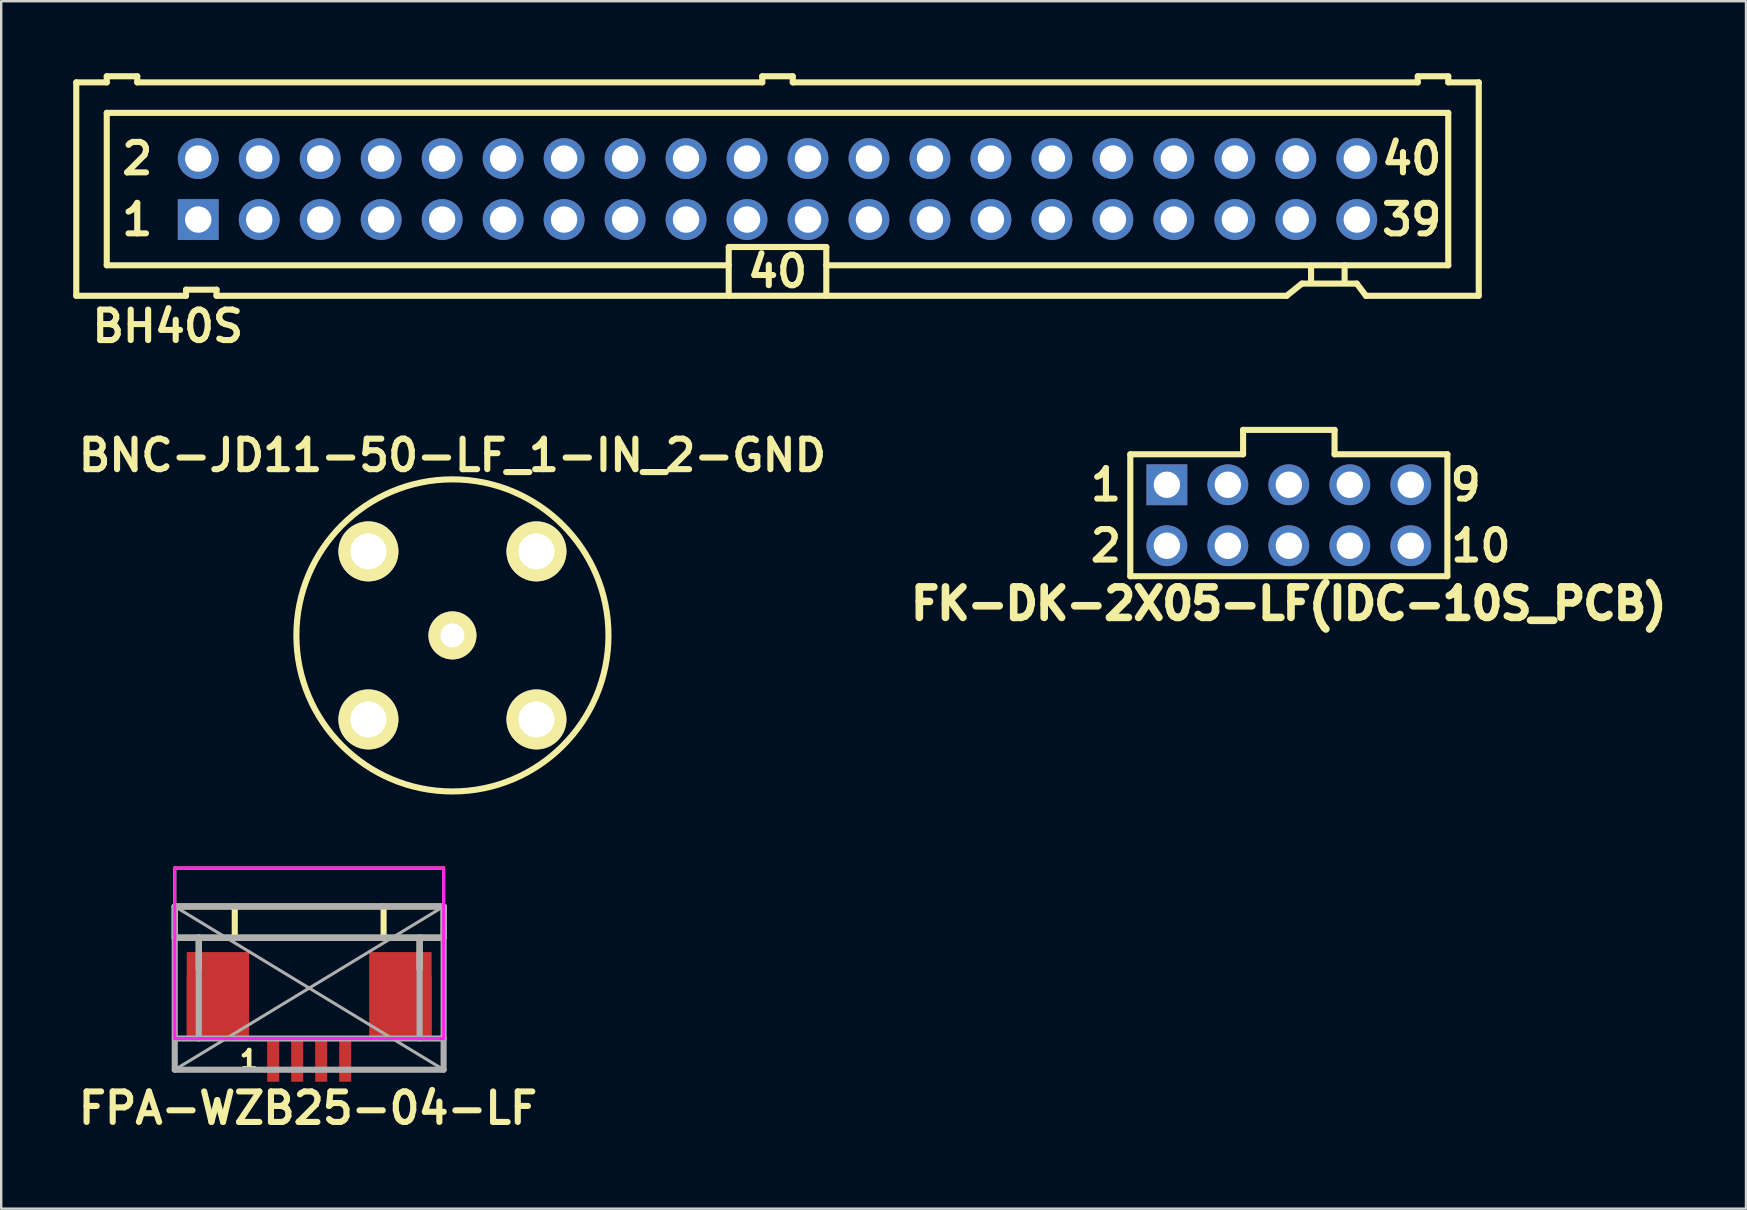
<source format=kicad_pcb>
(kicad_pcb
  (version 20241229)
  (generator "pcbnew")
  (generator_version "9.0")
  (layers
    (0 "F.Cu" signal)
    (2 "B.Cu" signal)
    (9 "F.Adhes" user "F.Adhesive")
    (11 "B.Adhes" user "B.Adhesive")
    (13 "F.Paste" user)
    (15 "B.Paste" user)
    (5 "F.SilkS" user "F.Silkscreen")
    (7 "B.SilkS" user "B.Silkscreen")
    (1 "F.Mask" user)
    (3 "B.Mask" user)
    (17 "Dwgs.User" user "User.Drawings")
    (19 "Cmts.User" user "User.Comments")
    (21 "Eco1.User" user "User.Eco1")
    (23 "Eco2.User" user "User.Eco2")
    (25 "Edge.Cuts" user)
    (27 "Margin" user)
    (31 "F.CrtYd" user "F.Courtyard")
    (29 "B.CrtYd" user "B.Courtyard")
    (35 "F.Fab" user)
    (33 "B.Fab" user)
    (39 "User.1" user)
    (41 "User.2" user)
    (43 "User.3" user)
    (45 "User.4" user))
  (footprint "FK-DK-2X05-LF(IDC-10S_PCB)"
    (layer "F.Cu")
    (at 50.636 18.413)
    (property "Reference" "FK-DK-2X05-LF(IDC-10S_PCB)" (at 0 3.683 0) (layer "F.SilkS") (effects (font (size 1.27 1.27) (thickness 0.318))))
    (attr smd)
    (fp_line (start -6.604 -2.54) (end -6.604 2.54) (stroke (width 0.254) (type solid)) (layer "F.SilkS"))
    (fp_line (start -6.604 -2.54) (end -1.905 -2.54) (stroke (width 0.254) (type solid)) (layer "F.SilkS"))
    (fp_line (start -6.604 2.54) (end 6.604 2.54) (stroke (width 0.254) (type solid)) (layer "F.SilkS"))
    (fp_line (start -1.905 -3.556) (end 1.905 -3.556) (stroke (width 0.254) (type solid)) (layer "F.SilkS"))
    (fp_line (start -1.905 -2.54) (end -1.905 -3.556) (stroke (width 0.254) (type solid)) (layer "F.SilkS"))
    (fp_line (start 1.905 -3.556) (end 1.905 -2.54) (stroke (width 0.254) (type solid)) (layer "F.SilkS"))
    (fp_line (start 1.905 -2.54) (end 6.604 -2.54) (stroke (width 0.254) (type solid)) (layer "F.SilkS"))
    (fp_line (start 6.604 -2.54) (end 6.604 2.54) (stroke (width 0.254) (type solid)) (layer "F.SilkS"))
    (fp_text user "9" (at 7.366 -1.27 0) (layer "F.SilkS") (effects (font (size 1.27 1.27) (thickness 0.254))))
    (fp_text user "10" (at 8.001 1.27 0) (layer "F.SilkS") (effects (font (size 1.27 1.27) (thickness 0.254))))
    (fp_text user "2" (at -7.62 1.27 0) (layer "F.SilkS") (effects (font (size 1.27 1.27) (thickness 0.254))))
    (fp_text user "1" (at -7.62 -1.27 0) (layer "F.SilkS") (effects (font (size 1.27 1.27) (thickness 0.254))))
    (pad "1" thru_hole rect (at -5.08 -1.27) (size 1.7 1.7) (drill 1.1) (layers "*.Cu" "*.Mask"))
    (pad "2" thru_hole circle (at -5.08 1.27) (size 1.7 1.7) (drill 1.1) (layers "*.Cu" "*.Mask"))
    (pad "3" thru_hole circle (at -2.54 -1.27) (size 1.7 1.7) (drill 1.1) (layers "*.Cu" "*.Mask"))
    (pad "4" thru_hole circle (at -2.54 1.27) (size 1.7 1.7) (drill 1.1) (layers "*.Cu" "*.Mask"))
    (pad "5" thru_hole circle (at 0 -1.27) (size 1.7 1.7) (drill 1.1) (layers "*.Cu" "*.Mask"))
    (pad "6" thru_hole circle (at 0 1.27) (size 1.7 1.7) (drill 1.1) (layers "*.Cu" "*.Mask"))
    (pad "7" thru_hole circle (at 2.54 -1.27) (size 1.7 1.7) (drill 1.1) (layers "*.Cu" "*.Mask"))
    (pad "8" thru_hole circle (at 2.54 1.27) (size 1.7 1.7) (drill 1.1) (layers "*.Cu" "*.Mask"))
    (pad "9" thru_hole circle (at 5.08 -1.27) (size 1.7 1.7) (drill 1.1) (layers "*.Cu" "*.Mask"))
    (pad "10" thru_hole circle (at 5.08 1.27) (size 1.7 1.7) (drill 1.1) (layers "*.Cu" "*.Mask")))
  (footprint "BNC-JD11-50-LF_1-IN_2-GND"
    (layer "F.Cu")
    (at 15.796 23.418)
    (property "Reference" "BNC-JD11-50-LF_1-IN_2-GND" (at 0 -7.5 0) (layer "F.SilkS") (effects (font (size 1.27 1.27) (thickness 0.254))))
    (attr smd)
    (fp_circle (center 0 0) (end -6.5 0) (stroke (width 0.254) (type solid)) (fill no) (layer "F.SilkS"))
    (pad "1" thru_hole circle (at 0 0) (size 2 2) (drill 1) (layers "*.Cu" "*.Mask" "F.SilkS" "B.Adhes"))
    (pad "2" thru_hole circle (at -3.5 -3.5) (size 2.5 2.5) (drill 1.5) (layers "*.Cu" "*.Mask" "F.SilkS" "B.Adhes"))
    (pad "2" thru_hole circle (at -3.5 3.5) (size 2.5 2.5) (drill 1.5) (layers "*.Cu" "*.Mask" "F.SilkS" "B.Adhes"))
    (pad "2" thru_hole circle (at 3.5 -3.5) (size 2.5 2.5) (drill 1.5) (layers "*.Cu" "*.Mask" "F.SilkS" "B.Adhes"))
    (pad "2" thru_hole circle (at 3.5 3.5) (size 2.5 2.5) (drill 1.5) (layers "*.Cu" "*.Mask" "F.SilkS" "B.Adhes")))
  (footprint "FPA-WZB25-04-LF"
    (layer "F.Cu")
    (at 9.829 38.109)
    (property "Reference" "FPA-WZB25-04-LF" (at -0.05 5 0) (layer "F.SilkS") (effects (font (size 1.27 1.27) (thickness 0.254))))
    (attr through_hole)
    (fp_line (start -5.6 -5) (end -5.6 -3.4) (stroke (width 0.127) (type solid)) (layer "F.SilkS"))
    (fp_line (start -5.6 -3.4) (end -5.6 -2.1) (stroke (width 0.254) (type solid)) (layer "F.SilkS"))
    (fp_line (start -4.6 -2.1) (end -5.6 -2.1) (stroke (width 0.254) (type solid)) (layer "F.SilkS"))
    (fp_line (start -4.6 -2.1) (end -4.6 -0.8) (stroke (width 0.254) (type solid)) (layer "F.SilkS"))
    (fp_line (start -4.6 -2.1) (end 4.6 -2.1) (stroke (width 0.254) (type solid)) (layer "F.SilkS"))
    (fp_line (start -3.1 -2.1) (end -3.1 -3.4) (stroke (width 0.254) (type solid)) (layer "F.SilkS"))
    (fp_line (start 3.1 -3.4) (end 3.1 -2.1) (stroke (width 0.254) (type solid)) (layer "F.SilkS"))
    (fp_line (start 4.6 -2.1) (end 4.6 -0.8) (stroke (width 0.254) (type solid)) (layer "F.SilkS"))
    (fp_line (start 5.6 -5) (end -5.6 -5) (stroke (width 0.127) (type solid)) (layer "F.SilkS"))
    (fp_line (start 5.6 -3.4) (end -5.6 -3.4) (stroke (width 0.254) (type solid)) (layer "F.SilkS"))
    (fp_line (start 5.6 -3.4) (end 5.6 -5) (stroke (width 0.127) (type solid)) (layer "F.SilkS"))
    (fp_line (start 5.6 -3.4) (end 5.6 -2.1) (stroke (width 0.254) (type solid)) (layer "F.SilkS"))
    (fp_line (start 5.6 -2.1) (end 4.6 -2.1) (stroke (width 0.254) (type solid)) (layer "F.SilkS"))
    (fp_line (start -5.6 -5) (end -5.6 2.1) (stroke (width 0.127) (type solid)) (layer "F.CrtYd"))
    (fp_line (start -5.6 -5) (end 5.6 -5) (stroke (width 0.127) (type solid)) (layer "F.CrtYd"))
    (fp_line (start 5.6 -5) (end 5.6 2.1) (stroke (width 0.127) (type solid)) (layer "F.CrtYd"))
    (fp_line (start 5.6 2.1) (end -5.6 2.1) (stroke (width 0.127) (type solid)) (layer "F.CrtYd"))
    (fp_line (start -5.6 -3.4) (end -5.6 3.4) (stroke (width 0.254) (type solid)) (layer "F.Fab"))
    (fp_line (start -5.6 -3.4) (end 5.6 -3.4) (stroke (width 0.254) (type solid)) (layer "F.Fab"))
    (fp_line (start -5.6 -3.4) (end 5.6 3.4) (stroke (width 0.127) (type solid)) (layer "F.Fab"))
    (fp_line (start -5.6 -2.1) (end 5.6 -2.1) (stroke (width 0.254) (type solid)) (layer "F.Fab"))
    (fp_line (start -5.6 2.1) (end 5.6 2.1) (stroke (width 0.254) (type solid)) (layer "F.Fab"))
    (fp_line (start -5.6 3.4) (end 5.6 3.4) (stroke (width 0.254) (type solid)) (layer "F.Fab"))
    (fp_line (start -4.6 -2.1) (end -4.6 2.1) (stroke (width 0.254) (type solid)) (layer "F.Fab"))
    (fp_line (start 4.6 -2.1) (end 4.6 2.1) (stroke (width 0.254) (type solid)) (layer "F.Fab"))
    (fp_line (start 5.6 -3.4) (end -5.6 3.4) (stroke (width 0.127) (type solid)) (layer "F.Fab"))
    (fp_line (start 5.6 3.4) (end 5.6 -3.4) (stroke (width 0.254) (type solid)) (layer "F.Fab"))
    (fp_text user "1" (at -2.5 3 0) (layer "F.SilkS") (effects (font (size 0.762 0.762) (thickness 0.191))))
    (pad "0" smd rect (at -4 0.8 180) (size 2.2 2.6) (layers "F.Cu" "F.Mask" "F.Paste"))
    (pad "0" smd rect (at -3.8 0.3 180) (size 2.6 3.6) (layers "F.Cu"))
    (pad "0" smd rect (at 3.8 0.3 180) (size 2.6 3.6) (layers "F.Cu"))
    (pad "0" smd rect (at 4 0.8 180) (size 2.2 2.6) (layers "F.Cu" "F.Mask" "F.Paste"))
    (pad "1" smd rect (at -1.5 3 180) (size 0.5 1.8) (layers "F.Cu" "F.Mask" "F.Paste"))
    (pad "2" smd rect (at -0.5 3 180) (size 0.5 1.8) (layers "F.Cu" "F.Mask" "F.Paste"))
    (pad "3" smd rect (at 0.5 3 180) (size 0.5 1.8) (layers "F.Cu" "F.Mask" "F.Paste"))
    (pad "4" smd rect (at 1.5 3 180) (size 0.5 1.8) (layers "F.Cu" "F.Mask" "F.Paste")))
  (footprint "BH40S"
    (layer "F.Cu")
    (at 29.337 4.826)
    (property "Reference" "BH40S" (at -25.4 5.715 0) (layer "F.SilkS") (effects (font (size 1.27 1.27) (thickness 0.254))))
    (attr smd)
    (fp_line (start -29.21 -4.445) (end -29.21 4.445) (stroke (width 0.254) (type solid)) (layer "F.SilkS"))
    (fp_line (start -29.21 -4.445) (end -27.94 -4.445) (stroke (width 0.254) (type solid)) (layer "F.SilkS"))
    (fp_line (start -29.21 4.445) (end -24.638 4.445) (stroke (width 0.254) (type solid)) (layer "F.SilkS"))
    (fp_line (start -27.94 -4.699) (end -27.94 -4.445) (stroke (width 0.254) (type solid)) (layer "F.SilkS"))
    (fp_line (start -27.94 -3.175) (end -27.94 3.175) (stroke (width 0.254) (type solid)) (layer "F.SilkS"))
    (fp_line (start -27.94 -3.175) (end 27.94 -3.175) (stroke (width 0.254) (type solid)) (layer "F.SilkS"))
    (fp_line (start -26.67 -4.699) (end -27.94 -4.699) (stroke (width 0.254) (type solid)) (layer "F.SilkS"))
    (fp_line (start -26.67 -4.699) (end -26.67 -4.445) (stroke (width 0.254) (type solid)) (layer "F.SilkS"))
    (fp_line (start -24.638 4.191) (end -24.638 4.445) (stroke (width 0.254) (type solid)) (layer "F.SilkS"))
    (fp_line (start -24.638 4.191) (end -23.368 4.191) (stroke (width 0.254) (type solid)) (layer "F.SilkS"))
    (fp_line (start -23.368 4.191) (end -23.368 4.445) (stroke (width 0.254) (type solid)) (layer "F.SilkS"))
    (fp_line (start -23.368 4.445) (end 21.209 4.445) (stroke (width 0.254) (type solid)) (layer "F.SilkS"))
    (fp_line (start -2.032 2.413) (end 2.032 2.413) (stroke (width 0.254) (type solid)) (layer "F.SilkS"))
    (fp_line (start -2.032 3.175) (end -27.94 3.175) (stroke (width 0.254) (type solid)) (layer "F.SilkS"))
    (fp_line (start -2.032 4.445) (end -2.032 2.413) (stroke (width 0.254) (type solid)) (layer "F.SilkS"))
    (fp_line (start -0.635 -4.699) (end -0.635 -4.445) (stroke (width 0.254) (type solid)) (layer "F.SilkS"))
    (fp_line (start -0.635 -4.445) (end -26.67 -4.445) (stroke (width 0.254) (type solid)) (layer "F.SilkS"))
    (fp_line (start 0.635 -4.699) (end -0.635 -4.699) (stroke (width 0.254) (type solid)) (layer "F.SilkS"))
    (fp_line (start 0.635 -4.699) (end 0.635 -4.445) (stroke (width 0.254) (type solid)) (layer "F.SilkS"))
    (fp_line (start 2.032 2.413) (end 2.032 4.445) (stroke (width 0.254) (type solid)) (layer "F.SilkS"))
    (fp_line (start 2.032 3.175) (end 27.94 3.175) (stroke (width 0.254) (type solid)) (layer "F.SilkS"))
    (fp_line (start 21.209 4.445) (end 21.844 3.937) (stroke (width 0.254) (type solid)) (layer "F.SilkS"))
    (fp_line (start 21.844 3.937) (end 24.13 3.937) (stroke (width 0.254) (type solid)) (layer "F.SilkS"))
    (fp_line (start 22.225 3.188) (end 22.225 3.835) (stroke (width 0.254) (type solid)) (layer "F.SilkS"))
    (fp_line (start 23.622 3.175) (end 23.622 3.835) (stroke (width 0.254) (type solid)) (layer "F.SilkS"))
    (fp_line (start 24.13 3.937) (end 24.511 4.445) (stroke (width 0.254) (type solid)) (layer "F.SilkS"))
    (fp_line (start 24.511 4.445) (end 29.21 4.445) (stroke (width 0.254) (type solid)) (layer "F.SilkS"))
    (fp_line (start 26.67 -4.699) (end 26.67 -4.445) (stroke (width 0.254) (type solid)) (layer "F.SilkS"))
    (fp_line (start 26.67 -4.445) (end 0.635 -4.445) (stroke (width 0.254) (type solid)) (layer "F.SilkS"))
    (fp_line (start 27.94 -4.699) (end 26.67 -4.699) (stroke (width 0.254) (type solid)) (layer "F.SilkS"))
    (fp_line (start 27.94 -4.699) (end 27.94 -4.445) (stroke (width 0.254) (type solid)) (layer "F.SilkS"))
    (fp_line (start 27.94 -3.175) (end 27.94 3.175) (stroke (width 0.254) (type solid)) (layer "F.SilkS"))
    (fp_line (start 29.21 -4.445) (end 27.94 -4.445) (stroke (width 0.254) (type solid)) (layer "F.SilkS"))
    (fp_line (start 29.21 -4.445) (end 29.21 4.445) (stroke (width 0.254) (type solid)) (layer "F.SilkS"))
    (fp_text user "2" (at -26.67 -1.27 0) (layer "F.SilkS") (effects (font (size 1.27 1.27) (thickness 0.254))))
    (fp_text user "39" (at 26.416 1.27 0) (layer "F.SilkS") (effects (font (size 1.27 1.27) (thickness 0.254))))
    (fp_text user "1" (at -26.67 1.27 0) (layer "F.SilkS") (effects (font (size 1.27 1.27) (thickness 0.254))))
    (fp_text user "40" (at 26.416 -1.27 0) (layer "F.SilkS") (effects (font (size 1.27 1.27) (thickness 0.254))))
    (fp_text user "40" (at 0 3.429 0) (layer "F.SilkS") (effects (font (size 1.27 1.27) (thickness 0.254))))
    (pad "1" thru_hole rect (at -24.13 1.27) (size 1.7 1.7) (drill 1.1) (layers "*.Cu" "*.Mask"))
    (pad "2" thru_hole circle (at -24.13 -1.27) (size 1.7 1.7) (drill 1.1) (layers "*.Cu" "*.Mask"))
    (pad "3" thru_hole circle (at -21.59 1.27) (size 1.7 1.7) (drill 1.1) (layers "*.Cu" "*.Mask"))
    (pad "4" thru_hole circle (at -21.59 -1.27) (size 1.7 1.7) (drill 1.1) (layers "*.Cu" "*.Mask"))
    (pad "5" thru_hole circle (at -19.05 1.27) (size 1.7 1.7) (drill 1.1) (layers "*.Cu" "*.Mask"))
    (pad "6" thru_hole circle (at -19.05 -1.27) (size 1.7 1.7) (drill 1.1) (layers "*.Cu" "*.Mask"))
    (pad "7" thru_hole circle (at -16.51 1.27) (size 1.7 1.7) (drill 1.1) (layers "*.Cu" "*.Mask"))
    (pad "8" thru_hole circle (at -16.51 -1.27) (size 1.7 1.7) (drill 1.1) (layers "*.Cu" "*.Mask"))
    (pad "9" thru_hole circle (at -13.97 1.27) (size 1.7 1.7) (drill 1.1) (layers "*.Cu" "*.Mask"))
    (pad "10" thru_hole circle (at -13.97 -1.27) (size 1.7 1.7) (drill 1.1) (layers "*.Cu" "*.Mask"))
    (pad "11" thru_hole circle (at -11.43 1.27) (size 1.7 1.7) (drill 1.1) (layers "*.Cu" "*.Mask"))
    (pad "12" thru_hole circle (at -11.43 -1.27) (size 1.7 1.7) (drill 1.1) (layers "*.Cu" "*.Mask"))
    (pad "13" thru_hole circle (at -8.89 1.27) (size 1.7 1.7) (drill 1.1) (layers "*.Cu" "*.Mask"))
    (pad "14" thru_hole circle (at -8.89 -1.27) (size 1.7 1.7) (drill 1.1) (layers "*.Cu" "*.Mask"))
    (pad "15" thru_hole circle (at -6.35 1.27) (size 1.7 1.7) (drill 1.1) (layers "*.Cu" "*.Mask"))
    (pad "16" thru_hole circle (at -6.35 -1.27) (size 1.7 1.7) (drill 1.1) (layers "*.Cu" "*.Mask"))
    (pad "17" thru_hole circle (at -3.81 1.27) (size 1.7 1.7) (drill 1.1) (layers "*.Cu" "*.Mask"))
    (pad "18" thru_hole circle (at -3.81 -1.27) (size 1.7 1.7) (drill 1.1) (layers "*.Cu" "*.Mask"))
    (pad "19" thru_hole circle (at -1.27 1.27) (size 1.7 1.7) (drill 1.1) (layers "*.Cu" "*.Mask"))
    (pad "20" thru_hole circle (at -1.27 -1.27) (size 1.7 1.7) (drill 1.1) (layers "*.Cu" "*.Mask"))
    (pad "21" thru_hole circle (at 1.27 1.27) (size 1.7 1.7) (drill 1.1) (layers "*.Cu" "*.Mask"))
    (pad "22" thru_hole circle (at 1.27 -1.27) (size 1.7 1.7) (drill 1.1) (layers "*.Cu" "*.Mask"))
    (pad "23" thru_hole circle (at 3.81 1.27) (size 1.7 1.7) (drill 1.1) (layers "*.Cu" "*.Mask"))
    (pad "24" thru_hole circle (at 3.81 -1.27) (size 1.7 1.7) (drill 1.1) (layers "*.Cu" "*.Mask"))
    (pad "25" thru_hole circle (at 6.35 1.27) (size 1.7 1.7) (drill 1.1) (layers "*.Cu" "*.Mask"))
    (pad "26" thru_hole circle (at 6.35 -1.27) (size 1.7 1.7) (drill 1.1) (layers "*.Cu" "*.Mask"))
    (pad "27" thru_hole circle (at 8.89 1.27) (size 1.7 1.7) (drill 1.1) (layers "*.Cu" "*.Mask"))
    (pad "28" thru_hole circle (at 8.89 -1.27) (size 1.7 1.7) (drill 1.1) (layers "*.Cu" "*.Mask"))
    (pad "29" thru_hole circle (at 11.43 1.27) (size 1.7 1.7) (drill 1.1) (layers "*.Cu" "*.Mask"))
    (pad "30" thru_hole circle (at 11.43 -1.27) (size 1.7 1.7) (drill 1.1) (layers "*.Cu" "*.Mask"))
    (pad "31" thru_hole circle (at 13.97 1.27) (size 1.7 1.7) (drill 1.1) (layers "*.Cu" "*.Mask"))
    (pad "32" thru_hole circle (at 13.97 -1.27) (size 1.7 1.7) (drill 1.1) (layers "*.Cu" "*.Mask"))
    (pad "33" thru_hole circle (at 16.51 1.27) (size 1.7 1.7) (drill 1.1) (layers "*.Cu" "*.Mask"))
    (pad "34" thru_hole circle (at 16.51 -1.27) (size 1.7 1.7) (drill 1.1) (layers "*.Cu" "*.Mask"))
    (pad "34" thru_hole circle (at 19.05 1.27) (size 1.7 1.7) (drill 1.1) (layers "*.Cu" "*.Mask"))
    (pad "36" thru_hole circle (at 19.05 -1.27) (size 1.7 1.7) (drill 1.1) (layers "*.Cu" "*.Mask"))
    (pad "37" thru_hole circle (at 21.59 1.27) (size 1.7 1.7) (drill 1.1) (layers "*.Cu" "*.Mask"))
    (pad "38" thru_hole circle (at 21.59 -1.27) (size 1.7 1.7) (drill 1.1) (layers "*.Cu" "*.Mask"))
    (pad "39" thru_hole circle (at 24.13 1.27) (size 1.7 1.7) (drill 1.1) (layers "*.Cu" "*.Mask"))
    (pad "40" thru_hole circle (at 24.13 -1.27) (size 1.7 1.7) (drill 1.1) (layers "*.Cu" "*.Mask")))
  (gr_rect
    (start -3 -3)
    (end 69.678 47.298)
    (stroke (width 0.1) (type default))
    (fill no)
    (layer "Edge.Cuts")))
</source>
